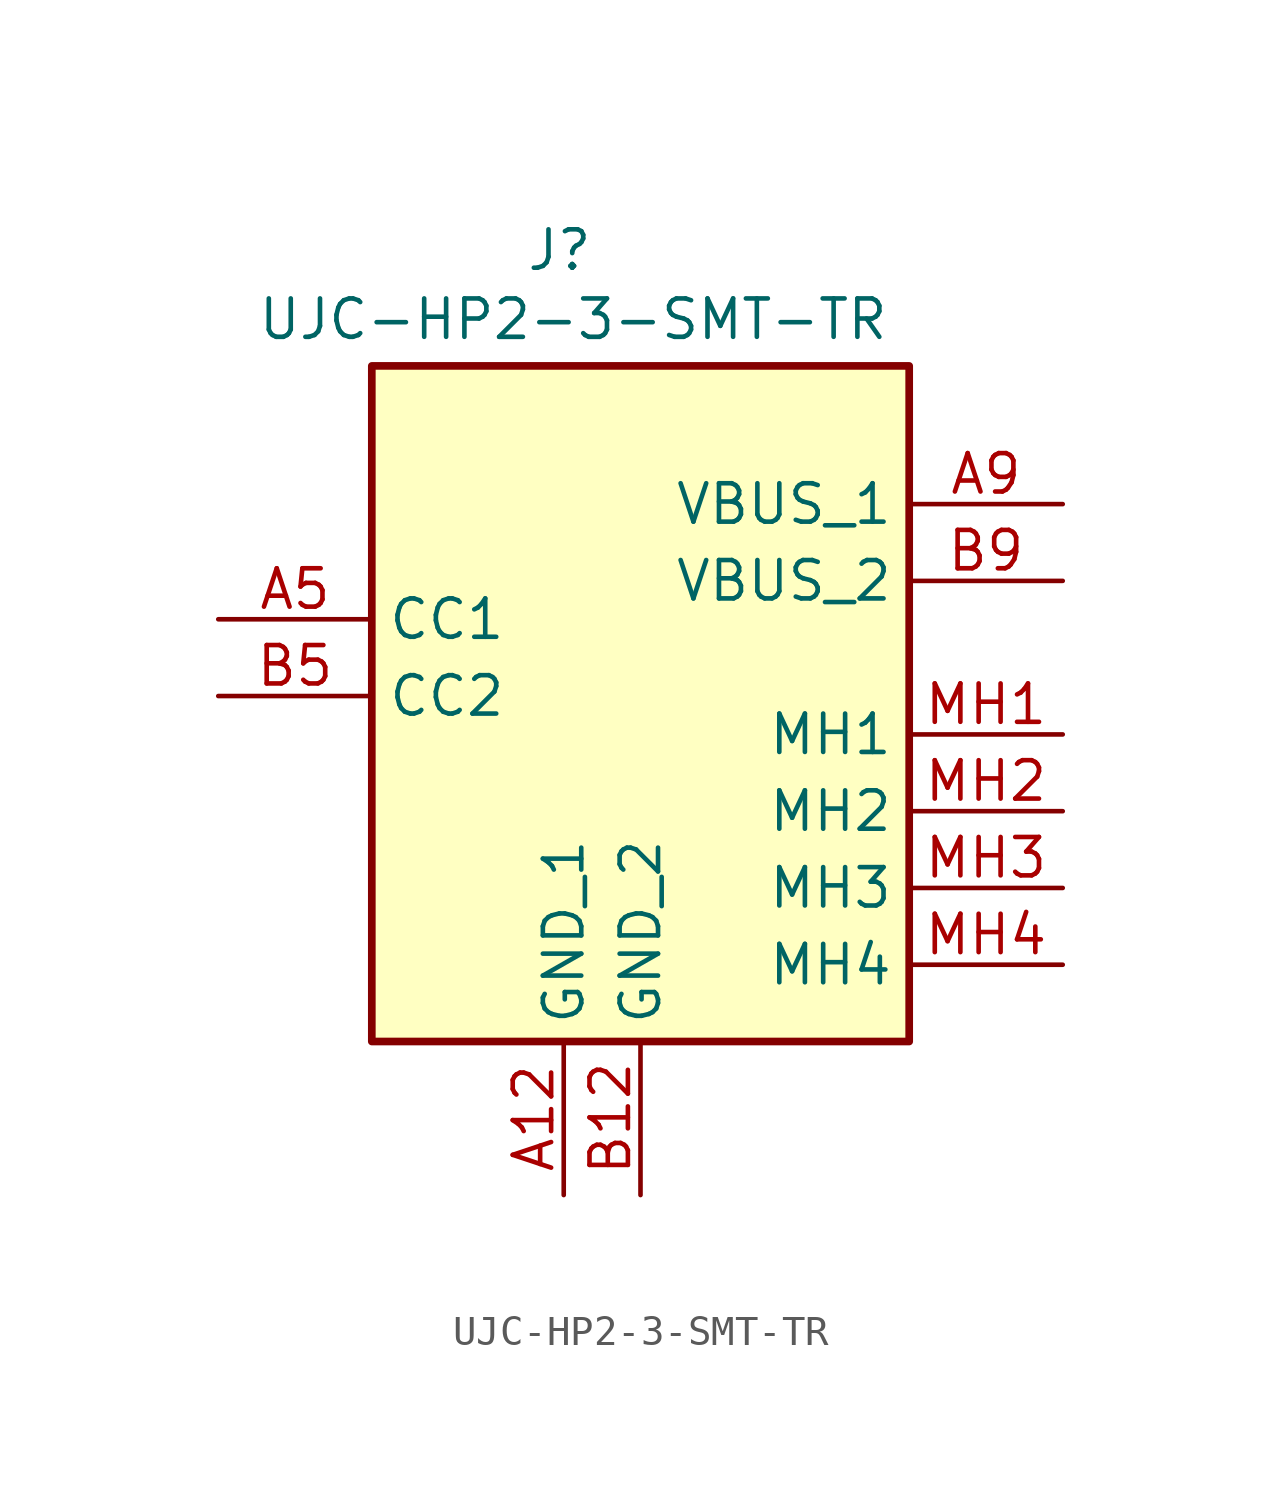
<source format=kicad_sym>
(kicad_symbol_lib
  (version 20241209)
  (generator "kicad_symbol_editor")
  (generator_version "9.0")
  (symbol "UJC-HP2-3-SMT-TR"
    (property "Reference" "J"
      (at 15.24 14.224 0)
      (effects (font (size 1.27 1.27)) (justify left top)))
    (property "Value" "UJC-HP2-3-SMT-TR"
      (at 6.35 11.938 0)
      (effects (font (size 1.27 1.27)) (justify left top)))
    (symbol "UJC-HP2-3-SMT-TR_1_1"
      (rectangle (start 10.16 9.652) (end 27.94 -12.7) (stroke (width 0.254) (type default)) (fill (type background)))
      (pin passive line (at 5.08 1.27 0) (length 5.08) (name "CC1" (effects (font (size 1.27 1.27)))) (number "A5" (effects (font (size 1.27 1.27)))))
      (pin passive line (at 5.08 -1.27 0) (length 5.08) (name "CC2" (effects (font (size 1.27 1.27)))) (number "B5" (effects (font (size 1.27 1.27)))))
      (pin passive line (at 16.51 -17.78 90) (length 5.08) (name "GND_1" (effects (font (size 1.27 1.27)))) (number "A12" (effects (font (size 1.27 1.27)))))
      (pin passive line (at 19.05 -17.78 90) (length 5.08) (name "GND_2" (effects (font (size 1.27 1.27)))) (number "B12" (effects (font (size 1.27 1.27)))))
      (pin passive line (at 33.02 5.08 180) (length 5.08) (name "VBUS_1" (effects (font (size 1.27 1.27)))) (number "A9" (effects (font (size 1.27 1.27)))))
      (pin passive line (at 33.02 2.54 180) (length 5.08) (name "VBUS_2" (effects (font (size 1.27 1.27)))) (number "B9" (effects (font (size 1.27 1.27)))))
      (pin passive line (at 33.02 -2.54 180) (length 5.08) (name "MH1" (effects (font (size 1.27 1.27)))) (number "MH1" (effects (font (size 1.27 1.27)))))
      (pin passive line (at 33.02 -5.08 180) (length 5.08) (name "MH2" (effects (font (size 1.27 1.27)))) (number "MH2" (effects (font (size 1.27 1.27)))))
      (pin passive line (at 33.02 -7.62 180) (length 5.08) (name "MH3" (effects (font (size 1.27 1.27)))) (number "MH3" (effects (font (size 1.27 1.27)))))
      (pin passive line (at 33.02 -10.16 180) (length 5.08) (name "MH4" (effects (font (size 1.27 1.27)))) (number "MH4" (effects (font (size 1.27 1.27))))))))
</source>
